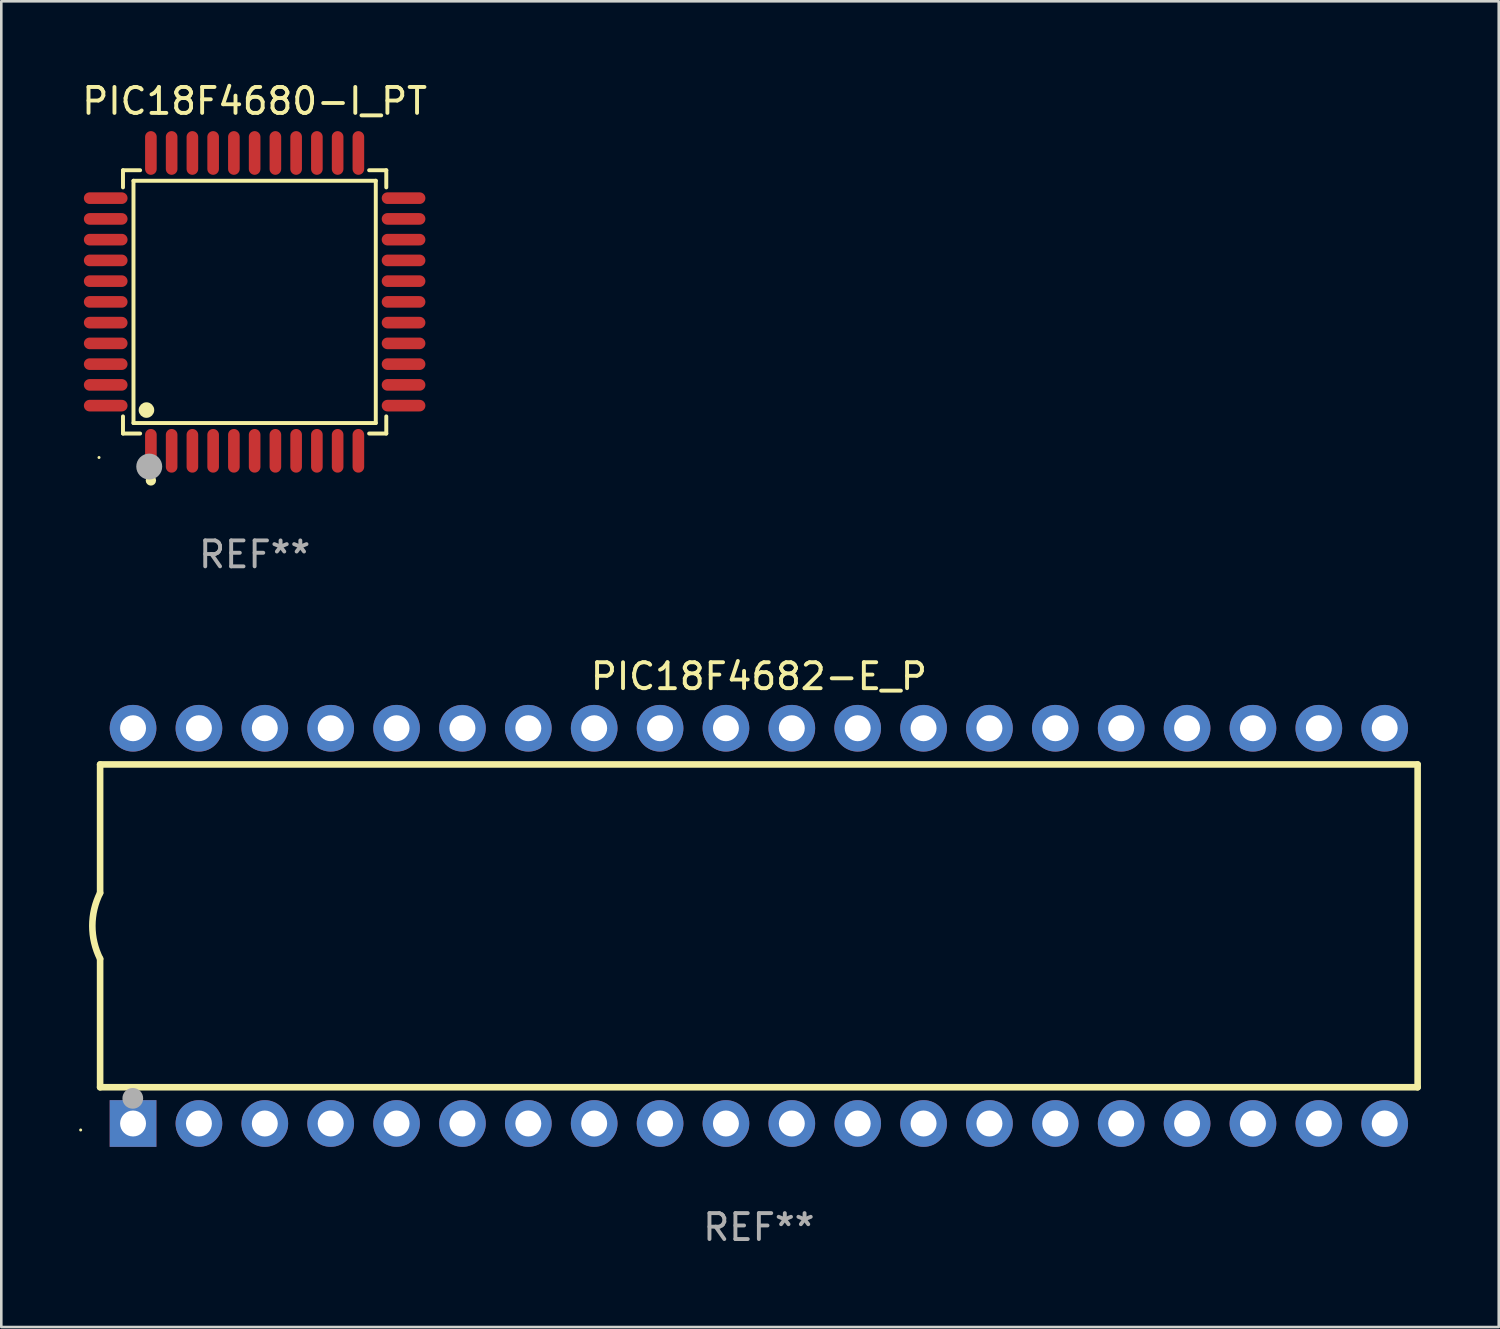
<source format=kicad_pcb>
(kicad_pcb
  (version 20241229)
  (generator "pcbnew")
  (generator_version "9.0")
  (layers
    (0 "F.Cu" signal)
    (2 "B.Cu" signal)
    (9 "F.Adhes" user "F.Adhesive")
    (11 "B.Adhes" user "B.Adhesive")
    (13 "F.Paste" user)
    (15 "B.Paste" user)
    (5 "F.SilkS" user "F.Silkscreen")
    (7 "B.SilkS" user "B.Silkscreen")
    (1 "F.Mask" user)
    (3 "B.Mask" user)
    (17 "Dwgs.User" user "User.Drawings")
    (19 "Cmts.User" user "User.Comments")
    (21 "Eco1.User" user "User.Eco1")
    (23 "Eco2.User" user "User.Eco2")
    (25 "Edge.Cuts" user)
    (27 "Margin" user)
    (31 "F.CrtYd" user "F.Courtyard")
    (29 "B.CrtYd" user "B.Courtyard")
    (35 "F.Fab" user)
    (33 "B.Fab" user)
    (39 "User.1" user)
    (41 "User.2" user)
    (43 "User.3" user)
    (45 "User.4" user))
  (footprint "PIC18F4680-I_PT"
    (layer "F.Cu")
    (at 6.768 8.59)
    (property "Reference" "PIC18F4680-I_PT" (at 0 -7.742 0) (layer "F.SilkS") (effects (font (size 1 1) (thickness 0.15))))
    (attr through_hole)
    (fp_line (start -5.076 -5.076) (end -4.415 -5.076) (stroke (width 0.152) (type solid)) (layer "F.SilkS"))
    (fp_line (start -5.076 -4.415) (end -5.076 -5.076) (stroke (width 0.152) (type solid)) (layer "F.SilkS"))
    (fp_line (start -5.076 4.415) (end -5.076 5.076) (stroke (width 0.152) (type solid)) (layer "F.SilkS"))
    (fp_line (start -5.076 5.076) (end -4.415 5.076) (stroke (width 0.152) (type solid)) (layer "F.SilkS"))
    (fp_line (start -4.671 -4.671) (end 4.671 -4.671) (stroke (width 0.152) (type solid)) (layer "F.SilkS"))
    (fp_line (start -4.671 4.671) (end -4.671 -4.671) (stroke (width 0.152) (type solid)) (layer "F.SilkS"))
    (fp_line (start 4.671 -4.671) (end 4.671 4.671) (stroke (width 0.152) (type solid)) (layer "F.SilkS"))
    (fp_line (start 4.671 4.671) (end -4.671 4.671) (stroke (width 0.152) (type solid)) (layer "F.SilkS"))
    (fp_line (start 5.076 -5.076) (end 4.415 -5.076) (stroke (width 0.152) (type solid)) (layer "F.SilkS"))
    (fp_line (start 5.076 -4.415) (end 5.076 -5.076) (stroke (width 0.152) (type solid)) (layer "F.SilkS"))
    (fp_line (start 5.076 4.415) (end 5.076 5.076) (stroke (width 0.152) (type solid)) (layer "F.SilkS"))
    (fp_line (start 5.076 5.076) (end 4.415 5.076) (stroke (width 0.152) (type solid)) (layer "F.SilkS"))
    (fp_circle (center -6 6) (end -5.97 6) (stroke (width 0.06) (type solid)) (fill no) (layer "F.SilkS"))
    (fp_circle (center -4.171 4.171) (end -4.021 4.171) (stroke (width 0.3) (type solid)) (fill no) (layer "F.SilkS"))
    (fp_circle (center -4 6.884) (end -3.9 6.884) (stroke (width 0.2) (type solid)) (fill no) (layer "F.SilkS"))
    (fp_circle (center -4.064 6.35) (end -3.814 6.35) (stroke (width 0.5) (type solid)) (fill no) (layer "F.Fab"))
    (fp_text user "REF**" (at 0 9.742 0) (layer "F.Fab") (effects (font (size 1 1) (thickness 0.15))))
    (pad "1" smd oval (at -4 5.742) (size 0.448 1.684) (layers "F.Cu" "F.Mask" "F.Paste"))
    (pad "2" smd oval (at -3.2 5.742) (size 0.448 1.684) (layers "F.Cu" "F.Mask" "F.Paste"))
    (pad "3" smd oval (at -2.4 5.742) (size 0.448 1.684) (layers "F.Cu" "F.Mask" "F.Paste"))
    (pad "4" smd oval (at -1.6 5.742) (size 0.448 1.684) (layers "F.Cu" "F.Mask" "F.Paste"))
    (pad "5" smd oval (at -0.8 5.742) (size 0.448 1.684) (layers "F.Cu" "F.Mask" "F.Paste"))
    (pad "6" smd oval (at 0 5.742) (size 0.448 1.684) (layers "F.Cu" "F.Mask" "F.Paste"))
    (pad "7" smd oval (at 0.8 5.742) (size 0.448 1.684) (layers "F.Cu" "F.Mask" "F.Paste"))
    (pad "8" smd oval (at 1.6 5.742) (size 0.448 1.684) (layers "F.Cu" "F.Mask" "F.Paste"))
    (pad "9" smd oval (at 2.4 5.742) (size 0.448 1.684) (layers "F.Cu" "F.Mask" "F.Paste"))
    (pad "10" smd oval (at 3.2 5.742) (size 0.448 1.684) (layers "F.Cu" "F.Mask" "F.Paste"))
    (pad "11" smd oval (at 4 5.742) (size 0.448 1.684) (layers "F.Cu" "F.Mask" "F.Paste"))
    (pad "12" smd oval (at 5.742 4) (size 1.684 0.448) (layers "F.Cu" "F.Mask" "F.Paste"))
    (pad "13" smd oval (at 5.742 3.2) (size 1.684 0.448) (layers "F.Cu" "F.Mask" "F.Paste"))
    (pad "14" smd oval (at 5.742 2.4) (size 1.684 0.448) (layers "F.Cu" "F.Mask" "F.Paste"))
    (pad "15" smd oval (at 5.742 1.6) (size 1.684 0.448) (layers "F.Cu" "F.Mask" "F.Paste"))
    (pad "16" smd oval (at 5.742 0.8) (size 1.684 0.448) (layers "F.Cu" "F.Mask" "F.Paste"))
    (pad "17" smd oval (at 5.742 0) (size 1.684 0.448) (layers "F.Cu" "F.Mask" "F.Paste"))
    (pad "18" smd oval (at 5.742 -0.8) (size 1.684 0.448) (layers "F.Cu" "F.Mask" "F.Paste"))
    (pad "19" smd oval (at 5.742 -1.6) (size 1.684 0.448) (layers "F.Cu" "F.Mask" "F.Paste"))
    (pad "20" smd oval (at 5.742 -2.4) (size 1.684 0.448) (layers "F.Cu" "F.Mask" "F.Paste"))
    (pad "21" smd oval (at 5.742 -3.2) (size 1.684 0.448) (layers "F.Cu" "F.Mask" "F.Paste"))
    (pad "22" smd oval (at 5.742 -4) (size 1.684 0.448) (layers "F.Cu" "F.Mask" "F.Paste"))
    (pad "23" smd oval (at 4 -5.742) (size 0.448 1.684) (layers "F.Cu" "F.Mask" "F.Paste"))
    (pad "24" smd oval (at 3.2 -5.742) (size 0.448 1.684) (layers "F.Cu" "F.Mask" "F.Paste"))
    (pad "25" smd oval (at 2.4 -5.742) (size 0.448 1.684) (layers "F.Cu" "F.Mask" "F.Paste"))
    (pad "26" smd oval (at 1.6 -5.742) (size 0.448 1.684) (layers "F.Cu" "F.Mask" "F.Paste"))
    (pad "27" smd oval (at 0.8 -5.742) (size 0.448 1.684) (layers "F.Cu" "F.Mask" "F.Paste"))
    (pad "28" smd oval (at 0 -5.742) (size 0.448 1.684) (layers "F.Cu" "F.Mask" "F.Paste"))
    (pad "29" smd oval (at -0.8 -5.742) (size 0.448 1.684) (layers "F.Cu" "F.Mask" "F.Paste"))
    (pad "30" smd oval (at -1.6 -5.742) (size 0.448 1.684) (layers "F.Cu" "F.Mask" "F.Paste"))
    (pad "31" smd oval (at -2.4 -5.742) (size 0.448 1.684) (layers "F.Cu" "F.Mask" "F.Paste"))
    (pad "32" smd oval (at -3.2 -5.742) (size 0.448 1.684) (layers "F.Cu" "F.Mask" "F.Paste"))
    (pad "33" smd oval (at -4 -5.742) (size 0.448 1.684) (layers "F.Cu" "F.Mask" "F.Paste"))
    (pad "34" smd oval (at -5.742 -4) (size 1.684 0.448) (layers "F.Cu" "F.Mask" "F.Paste"))
    (pad "35" smd oval (at -5.742 -3.2) (size 1.684 0.448) (layers "F.Cu" "F.Mask" "F.Paste"))
    (pad "36" smd oval (at -5.742 -2.4) (size 1.684 0.448) (layers "F.Cu" "F.Mask" "F.Paste"))
    (pad "37" smd oval (at -5.742 -1.6) (size 1.684 0.448) (layers "F.Cu" "F.Mask" "F.Paste"))
    (pad "38" smd oval (at -5.742 -0.8) (size 1.684 0.448) (layers "F.Cu" "F.Mask" "F.Paste"))
    (pad "39" smd oval (at -5.742 0) (size 1.684 0.448) (layers "F.Cu" "F.Mask" "F.Paste"))
    (pad "40" smd oval (at -5.742 0.8) (size 1.684 0.448) (layers "F.Cu" "F.Mask" "F.Paste"))
    (pad "41" smd oval (at -5.742 1.6) (size 1.684 0.448) (layers "F.Cu" "F.Mask" "F.Paste"))
    (pad "42" smd oval (at -5.742 2.4) (size 1.684 0.448) (layers "F.Cu" "F.Mask" "F.Paste"))
    (pad "43" smd oval (at -5.742 3.2) (size 1.684 0.448) (layers "F.Cu" "F.Mask" "F.Paste"))
    (pad "44" smd oval (at -5.742 4) (size 1.684 0.448) (layers "F.Cu" "F.Mask" "F.Paste")))
  (footprint "PIC18F4682-E_P"
    (layer "F.Cu")
    (at 26.21 32.649)
    (property "Reference" "PIC18F4682-E_P" (at 0 -9.62 0) (layer "F.SilkS") (effects (font (size 1 1) (thickness 0.15))))
    (attr through_hole)
    (fp_line (start -25.4 -6.224) (end -25.4 -1.271) (stroke (width 0.254) (type solid)) (layer "F.SilkS"))
    (fp_line (start -25.4 -6.224) (end 25.4 -6.224) (stroke (width 0.254) (type solid)) (layer "F.SilkS"))
    (fp_line (start -25.4 1.269) (end -25.4 6.222) (stroke (width 0.254) (type solid)) (layer "F.SilkS"))
    (fp_line (start -25.4 6.222) (end 25.4 6.222) (stroke (width 0.254) (type solid)) (layer "F.SilkS"))
    (fp_line (start 25.4 6.222) (end 25.4 -6.224) (stroke (width 0.254) (type solid)) (layer "F.SilkS"))
    (fp_arc (start -25.4 1.269241) (mid -25.699807 -0.000762) (end -25.4 -1.270765) (stroke (width 0.254001) (type solid)) (layer "F.SilkS"))
    (fp_circle (center -26.15 7.87) (end -26.12 7.87) (stroke (width 0.06) (type solid)) (fill no) (layer "F.SilkS"))
    (fp_circle (center -24.14 6.65) (end -23.94 6.65) (stroke (width 0.4) (type solid)) (fill no) (layer "F.Fab"))
    (fp_text user "REF**" (at 0 11.62 0) (layer "F.Fab") (effects (font (size 1 1) (thickness 0.15))))
    (pad "1" thru_hole rect (at -24.13 7.62 90) (size 1.8 1.8) (drill 1) (layers "*.Cu" "*.Mask"))
    (pad "2" thru_hole circle (at -21.59 7.62) (size 1.8 1.8) (drill 1) (layers "*.Cu" "*.Mask"))
    (pad "3" thru_hole circle (at -19.05 7.62) (size 1.8 1.8) (drill 1) (layers "*.Cu" "*.Mask"))
    (pad "4" thru_hole circle (at -16.51 7.62) (size 1.8 1.8) (drill 1) (layers "*.Cu" "*.Mask"))
    (pad "5" thru_hole circle (at -13.97 7.62) (size 1.8 1.8) (drill 1) (layers "*.Cu" "*.Mask"))
    (pad "6" thru_hole circle (at -11.43 7.62) (size 1.8 1.8) (drill 1) (layers "*.Cu" "*.Mask"))
    (pad "7" thru_hole circle (at -8.89 7.62) (size 1.8 1.8) (drill 1) (layers "*.Cu" "*.Mask"))
    (pad "8" thru_hole circle (at -6.35 7.62) (size 1.8 1.8) (drill 1) (layers "*.Cu" "*.Mask"))
    (pad "9" thru_hole circle (at -3.81 7.62) (size 1.8 1.8) (drill 1) (layers "*.Cu" "*.Mask"))
    (pad "10" thru_hole circle (at -1.27 7.62) (size 1.8 1.8) (drill 1) (layers "*.Cu" "*.Mask"))
    (pad "11" thru_hole circle (at 1.27 7.62) (size 1.8 1.8) (drill 1) (layers "*.Cu" "*.Mask"))
    (pad "12" thru_hole circle (at 3.81 7.62) (size 1.8 1.8) (drill 1) (layers "*.Cu" "*.Mask"))
    (pad "13" thru_hole circle (at 6.35 7.62) (size 1.8 1.8) (drill 1) (layers "*.Cu" "*.Mask"))
    (pad "14" thru_hole circle (at 8.89 7.62) (size 1.8 1.8) (drill 1) (layers "*.Cu" "*.Mask"))
    (pad "15" thru_hole circle (at 11.43 7.62) (size 1.8 1.8) (drill 1) (layers "*.Cu" "*.Mask"))
    (pad "16" thru_hole circle (at 13.97 7.62) (size 1.8 1.8) (drill 1) (layers "*.Cu" "*.Mask"))
    (pad "17" thru_hole circle (at 16.51 7.62) (size 1.8 1.8) (drill 1) (layers "*.Cu" "*.Mask"))
    (pad "18" thru_hole circle (at 19.05 7.62) (size 1.8 1.8) (drill 1) (layers "*.Cu" "*.Mask"))
    (pad "19" thru_hole circle (at 21.59 7.62) (size 1.8 1.8) (drill 1) (layers "*.Cu" "*.Mask"))
    (pad "20" thru_hole circle (at 24.13 7.62) (size 1.8 1.8) (drill 1) (layers "*.Cu" "*.Mask"))
    (pad "21" thru_hole circle (at 24.13 -7.62) (size 1.8 1.8) (drill 1) (layers "*.Cu" "*.Mask"))
    (pad "22" thru_hole circle (at 21.59 -7.62) (size 1.8 1.8) (drill 1) (layers "*.Cu" "*.Mask"))
    (pad "23" thru_hole circle (at 19.05 -7.62) (size 1.8 1.8) (drill 1) (layers "*.Cu" "*.Mask"))
    (pad "24" thru_hole circle (at 16.51 -7.62) (size 1.8 1.8) (drill 1) (layers "*.Cu" "*.Mask"))
    (pad "25" thru_hole circle (at 13.97 -7.62) (size 1.8 1.8) (drill 1) (layers "*.Cu" "*.Mask"))
    (pad "26" thru_hole circle (at 11.43 -7.62) (size 1.8 1.8) (drill 1) (layers "*.Cu" "*.Mask"))
    (pad "27" thru_hole circle (at 8.89 -7.62) (size 1.8 1.8) (drill 1) (layers "*.Cu" "*.Mask"))
    (pad "28" thru_hole circle (at 6.35 -7.62) (size 1.8 1.8) (drill 1) (layers "*.Cu" "*.Mask"))
    (pad "29" thru_hole circle (at 3.81 -7.62) (size 1.8 1.8) (drill 1) (layers "*.Cu" "*.Mask"))
    (pad "30" thru_hole circle (at 1.27 -7.62) (size 1.8 1.8) (drill 1) (layers "*.Cu" "*.Mask"))
    (pad "31" thru_hole circle (at -1.27 -7.62) (size 1.8 1.8) (drill 1) (layers "*.Cu" "*.Mask"))
    (pad "32" thru_hole circle (at -3.81 -7.62) (size 1.8 1.8) (drill 1) (layers "*.Cu" "*.Mask"))
    (pad "33" thru_hole circle (at -6.35 -7.62) (size 1.8 1.8) (drill 1) (layers "*.Cu" "*.Mask"))
    (pad "34" thru_hole circle (at -8.89 -7.62) (size 1.8 1.8) (drill 1) (layers "*.Cu" "*.Mask"))
    (pad "35" thru_hole circle (at -11.43 -7.62) (size 1.8 1.8) (drill 1) (layers "*.Cu" "*.Mask"))
    (pad "36" thru_hole circle (at -13.97 -7.62) (size 1.8 1.8) (drill 1) (layers "*.Cu" "*.Mask"))
    (pad "37" thru_hole circle (at -16.51 -7.62) (size 1.8 1.8) (drill 1) (layers "*.Cu" "*.Mask"))
    (pad "38" thru_hole circle (at -19.05 -7.62) (size 1.8 1.8) (drill 1) (layers "*.Cu" "*.Mask"))
    (pad "39" thru_hole circle (at -21.59 -7.62) (size 1.8 1.8) (drill 1) (layers "*.Cu" "*.Mask"))
    (pad "40" thru_hole circle (at -24.13 -7.62) (size 1.8 1.8) (drill 1) (layers "*.Cu" "*.Mask")))
  (gr_rect
    (start -3 -3)
    (end 54.737 48.117)
    (stroke (width 0.1) (type default))
    (fill no)
    (layer "Edge.Cuts")))
</source>
